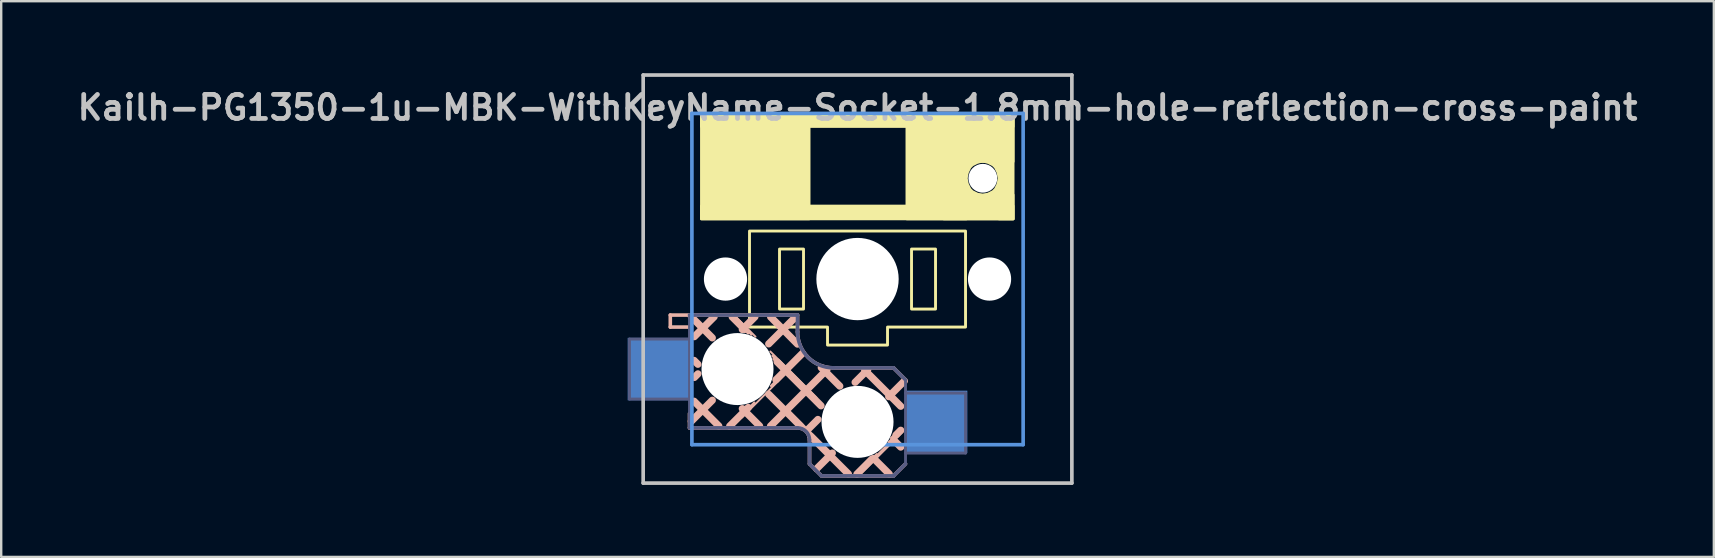
<source format=kicad_pcb>
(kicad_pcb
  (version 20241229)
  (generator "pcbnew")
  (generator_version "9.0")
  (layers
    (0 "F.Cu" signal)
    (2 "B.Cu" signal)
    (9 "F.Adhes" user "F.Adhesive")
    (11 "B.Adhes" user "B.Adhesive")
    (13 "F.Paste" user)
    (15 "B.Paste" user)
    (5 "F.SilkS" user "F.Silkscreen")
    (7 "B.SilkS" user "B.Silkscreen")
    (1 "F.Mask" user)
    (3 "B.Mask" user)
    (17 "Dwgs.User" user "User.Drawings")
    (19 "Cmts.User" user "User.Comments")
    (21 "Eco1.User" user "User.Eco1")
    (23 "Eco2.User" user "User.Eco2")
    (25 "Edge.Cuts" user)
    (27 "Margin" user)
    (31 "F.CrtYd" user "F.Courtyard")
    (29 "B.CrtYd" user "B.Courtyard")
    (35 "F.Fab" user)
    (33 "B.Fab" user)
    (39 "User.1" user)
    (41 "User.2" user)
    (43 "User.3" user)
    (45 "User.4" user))
  (footprint "Kailh-PG1350-1u-MBK-WithKeyName-Socket-1.8mm-hole-reflection-cross-paint"
    (layer "F.Cu")
    (at 32.676 8.576)
    (property "Reference" "Kailh-PG1350-1u-MBK-WithKeyName-Socket-1.8mm-hole-reflection-cross-paint" (at 0 -7.144 180) (layer "Dwgs.User") (effects (font (size 1 1) (thickness 0.2))))
    (attr through_hole)
    (fp_rect (start -3.25 -1.25) (end -2.25 1.25) (stroke (width 0.12) (type solid)) (fill no) (layer "F.SilkS"))
    (fp_rect (start 2.25 -1.25) (end 3.25 1.25) (stroke (width 0.12) (type solid)) (fill no) (layer "F.SilkS"))
    (fp_poly (pts (xy -2.01 -6.9) (xy -6.51 -6.9) (xy -6.51 -2.5) (xy -2.01 -2.5)) (stroke (width 0.1) (type solid)) (fill yes) (layer "F.SilkS"))
    (fp_poly (pts (xy 4.54 -6.9) (xy 2.05 -6.9) (xy 2.05 -2.5) (xy 4.54 -2.5)) (stroke (width 0.1) (type solid)) (fill yes) (layer "F.SilkS"))
    (fp_poly (pts (xy 6.49 -6.9) (xy -6.51 -6.9) (xy -6.51 -6.35) (xy 6.49 -6.35)) (stroke (width 0.1) (type solid)) (fill yes) (layer "F.SilkS"))
    (fp_poly (pts (xy 6.49 -6.9) (xy 3.59 -6.9) (xy 3.59 -4.89) (xy 6.49 -4.89)) (stroke (width 0.1) (type solid)) (fill yes) (layer "F.SilkS"))
    (fp_poly (pts (xy 6.49 -6.9) (xy 5.89 -6.9) (xy 5.89 -2.5) (xy 6.49 -2.5)) (stroke (width 0.1) (type solid)) (fill yes) (layer "F.SilkS"))
    (fp_poly (pts (xy 6.49 -3.51) (xy 3.59 -3.51) (xy 3.59 -2.5) (xy 6.49 -2.5)) (stroke (width 0.1) (type solid)) (fill yes) (layer "F.SilkS"))
    (fp_poly (pts (xy 6.49 -3.05) (xy -6.51 -3.05) (xy -6.51 -2.5) (xy 6.49 -2.5)) (stroke (width 0.1) (type solid)) (fill yes) (layer "F.SilkS"))
    (fp_poly (pts (xy 4.59 -4.45) (xy 4.69 -4.65) (xy 4.79 -4.75) (xy 4.99 -4.85) (xy 5.19 -4.9) (xy 4.54 -4.9) (xy 4.54 -4.25)) (stroke (width 0.1) (type solid)) (fill yes) (layer "F.SilkS"))
    (fp_poly (pts (xy 4.99 -3.55) (xy 4.79 -3.65) (xy 4.69 -3.75) (xy 4.59 -3.95) (xy 4.54 -4.15) (xy 4.54 -3.5) (xy 5.19 -3.5)) (stroke (width 0.1) (type solid)) (fill yes) (layer "F.SilkS"))
    (fp_poly (pts (xy 5.44 -4.85) (xy 5.64 -4.75) (xy 5.74 -4.65) (xy 5.84 -4.45) (xy 5.89 -4.25) (xy 5.89 -4.9) (xy 5.24 -4.9)) (stroke (width 0.1) (type solid)) (fill yes) (layer "F.SilkS"))
    (fp_poly (pts (xy 5.84 -3.95) (xy 5.74 -3.75) (xy 5.64 -3.65) (xy 5.44 -3.55) (xy 5.24 -3.5) (xy 5.89 -3.5) (xy 5.89 -4.15)) (stroke (width 0.1) (type solid)) (fill yes) (layer "F.SilkS"))
    (fp_poly (pts (xy 4.5 2) (xy 1.25 2) (xy 1.25 2.75) (xy -1.25 2.75) (xy -1.25 2) (xy -4.5 2) (xy -4.5 -2) (xy 4.5 -2)) (stroke (width 0.12) (type solid)) (fill no) (layer "F.SilkS"))
    (fp_line (start -7.8 1.5) (end -7.8 2) (stroke (width 0.15) (type solid)) (layer "B.SilkS"))
    (fp_line (start -7 2) (end -7.8 2) (stroke (width 0.15) (type solid)) (layer "B.SilkS"))
    (fp_line (start -7 5.6) (end -7 6.2) (stroke (width 0.15) (type solid)) (layer "B.SilkS"))
    (fp_line (start -7 6.2) (end -2.5 6.2) (stroke (width 0.15) (type solid)) (layer "B.SilkS"))
    (fp_line (start -6.925 5.925) (end -6.05 5.05) (stroke (width 0.3) (type solid)) (layer "B.SilkS"))
    (fp_line (start -6.8 2.4) (end -5.975 1.575) (stroke (width 0.3) (type solid)) (layer "B.SilkS"))
    (fp_line (start -6.8 4.1) (end -6.65 3.95) (stroke (width 0.3) (type solid)) (layer "B.SilkS"))
    (fp_line (start -6.65 3.55) (end -6.81 3.39) (stroke (width 0.3) (type solid)) (layer "B.SilkS"))
    (fp_line (start -6.05 2.45) (end -6.92 1.58) (stroke (width 0.3) (type solid)) (layer "B.SilkS"))
    (fp_line (start -5.78 6.12) (end -6.81 5.09) (stroke (width 0.3) (type solid)) (layer "B.SilkS"))
    (fp_line (start -5.362 6.213) (end -4.3 5.15) (stroke (width 0.1) (type solid)) (layer "B.SilkS"))
    (fp_line (start -5.325 6.125) (end -4.55 5.35) (stroke (width 0.3) (type solid)) (layer "B.SilkS"))
    (fp_line (start -4.812 5.763) (end -2.888 3.837) (stroke (width 0.08) (type solid)) (layer "B.SilkS"))
    (fp_line (start -4.8 2.1) (end -4.275 1.575) (stroke (width 0.3) (type solid)) (layer "B.SilkS"))
    (fp_line (start -4.7 2.1) (end -5.22 1.58) (stroke (width 0.3) (type solid)) (layer "B.SilkS"))
    (fp_line (start -4.56 2.26) (end -5.25 1.56) (stroke (width 0.1) (type solid)) (layer "B.SilkS"))
    (fp_line (start -4.42 2.31) (end -5.11 1.61) (stroke (width 0.1) (type solid)) (layer "B.SilkS"))
    (fp_line (start -4.25 2.4) (end -5.18 1.47) (stroke (width 0.08) (type solid)) (layer "B.SilkS"))
    (fp_line (start -4.08 6.12) (end -4.8 5.4) (stroke (width 0.3) (type solid)) (layer "B.SilkS"))
    (fp_line (start -3.7 2.7) (end -2.65 1.65) (stroke (width 0.3) (type solid)) (layer "B.SilkS"))
    (fp_line (start -3.625 6.125) (end -1.275 3.775) (stroke (width 0.3) (type solid)) (layer "B.SilkS"))
    (fp_line (start -3.6 4.45) (end -2.788 3.638) (stroke (width 0.1) (type solid)) (layer "B.SilkS"))
    (fp_line (start -3.4 4.2) (end -2.3 3.1) (stroke (width 0.3) (type solid)) (layer "B.SilkS"))
    (fp_line (start -2.728 4.013) (end -3.54 3.2) (stroke (width 0.1) (type solid)) (layer "B.SilkS"))
    (fp_line (start -2.688 4.143) (end -3.5 3.33) (stroke (width 0.1) (type solid)) (layer "B.SilkS"))
    (fp_line (start -2.5 1.5) (end -7.8 1.5) (stroke (width 0.15) (type solid)) (layer "B.SilkS"))
    (fp_line (start -2.5 2.2) (end -2.5 1.5) (stroke (width 0.15) (type solid)) (layer "B.SilkS"))
    (fp_line (start -2.5 2.71) (end -3.62 1.58) (stroke (width 0.3) (type solid)) (layer "B.SilkS"))
    (fp_line (start -2.36 6.14) (end -3.7 4.8) (stroke (width 0.3) (type solid)) (layer "B.SilkS"))
    (fp_line (start -2.075 6.275) (end -1.65 5.85) (stroke (width 0.3) (type solid)) (layer "B.SilkS"))
    (fp_line (start -2 6.7) (end -2 7.7) (stroke (width 0.15) (type solid)) (layer "B.SilkS"))
    (fp_line (start -1.708 4.942) (end -3.632 3.018) (stroke (width 0.08) (type solid)) (layer "B.SilkS"))
    (fp_line (start -1.7 7.9) (end -1.05 7.25) (stroke (width 0.3) (type solid)) (layer "B.SilkS"))
    (fp_line (start -1.52 5.28) (end -3.35 3.45) (stroke (width 0.3) (type solid)) (layer "B.SilkS"))
    (fp_line (start -1.5 8.2) (end -2 7.7) (stroke (width 0.15) (type solid)) (layer "B.SilkS"))
    (fp_line (start -1.107 7.303) (end -3.033 5.378) (stroke (width 0.08) (type solid)) (layer "B.SilkS"))
    (fp_line (start -1.058 7.282) (end -2.982 5.357) (stroke (width 0.08) (type solid)) (layer "B.SilkS"))
    (fp_line (start -0.74 4.46) (end -1.51 3.69) (stroke (width 0.3) (type solid)) (layer "B.SilkS"))
    (fp_line (start -0.38 8.12) (end -1.94 6.56) (stroke (width 0.3) (type solid)) (layer "B.SilkS"))
    (fp_line (start -0.1 4.3) (end 0.425 3.775) (stroke (width 0.3) (type solid)) (layer "B.SilkS"))
    (fp_line (start -0.025 8.125) (end 0.6 7.5) (stroke (width 0.3) (type solid)) (layer "B.SilkS"))
    (fp_line (start 0.037 8.062) (end 0.8 7.3) (stroke (width 0.1) (type solid)) (layer "B.SilkS"))
    (fp_line (start 0.037 8.162) (end 1.85 6.35) (stroke (width 0.15) (type solid)) (layer "B.SilkS"))
    (fp_line (start 1.3 4.9) (end 1.95 4.25) (stroke (width 0.3) (type solid)) (layer "B.SilkS"))
    (fp_line (start 1.3 6.8) (end 1.85 6.25) (stroke (width 0.1) (type solid)) (layer "B.SilkS"))
    (fp_line (start 1.32 8.12) (end 0.675 7.475) (stroke (width 0.3) (type solid)) (layer "B.SilkS"))
    (fp_line (start 1.5 3.7) (end -1 3.7) (stroke (width 0.15) (type solid)) (layer "B.SilkS"))
    (fp_line (start 1.5 8.2) (end -1.5 8.2) (stroke (width 0.15) (type solid)) (layer "B.SilkS"))
    (fp_line (start 1.6 6.5) (end 1.8 6.3) (stroke (width 0.3) (type solid)) (layer "B.SilkS"))
    (fp_line (start 1.66 6.35) (end 1.39 6.62) (stroke (width 0.08) (type solid)) (layer "B.SilkS"))
    (fp_line (start 1.8 5.3) (end 0.3 3.8) (stroke (width 0.3) (type solid)) (layer "B.SilkS"))
    (fp_line (start 1.8 7) (end 1.51 6.71) (stroke (width 0.3) (type solid)) (layer "B.SilkS"))
    (fp_line (start 2 4.2) (end 1.5 3.7) (stroke (width 0.15) (type solid)) (layer "B.SilkS"))
    (fp_line (start 2 7.7) (end 1.5 8.2) (stroke (width 0.15) (type solid)) (layer "B.SilkS"))
    (fp_arc (start -2.5 6.2) (mid -2.146447 6.346447) (end -2 6.7) (stroke (width 0.15) (type solid)) (layer "B.SilkS"))
    (fp_arc (start -1 3.7) (mid -2.06066 3.26066) (end -2.5 2.2) (stroke (width 0.15) (type solid)) (layer "B.SilkS"))
    (fp_line (start -8.93 -8.5) (end 8.93 -8.5) (stroke (width 0.152) (type solid)) (layer "Dwgs.User"))
    (fp_line (start -8.93 8.5) (end -8.93 -8.5) (stroke (width 0.152) (type solid)) (layer "Dwgs.User"))
    (fp_line (start 8.93 -8.5) (end 8.93 8.5) (stroke (width 0.152) (type solid)) (layer "Dwgs.User"))
    (fp_line (start 8.93 8.5) (end -8.93 8.5) (stroke (width 0.152) (type solid)) (layer "Dwgs.User"))
    (fp_line (start -6.9 -6.9) (end 6.9 -6.9) (stroke (width 0.152) (type solid)) (layer "Cmts.User"))
    (fp_line (start -6.9 6.9) (end -6.9 -6.9) (stroke (width 0.152) (type solid)) (layer "Cmts.User"))
    (fp_line (start 6.9 -6.9) (end 6.9 6.9) (stroke (width 0.152) (type solid)) (layer "Cmts.User"))
    (fp_line (start 6.9 6.9) (end -6.9 6.9) (stroke (width 0.152) (type solid)) (layer "Cmts.User"))
    (fp_line (start -7.5 -7.5) (end 7.5 -7.5) (stroke (width 0.152) (type solid)) (layer "Eco2.User"))
    (fp_line (start -7.5 7.5) (end -7.5 -7.5) (stroke (width 0.152) (type solid)) (layer "Eco2.User"))
    (fp_line (start -2.6 -3.1) (end -2.6 -6.3) (stroke (width 0.15) (type solid)) (layer "Eco2.User"))
    (fp_line (start -2.6 -3.1) (end 2.6 -3.1) (stroke (width 0.15) (type solid)) (layer "Eco2.User"))
    (fp_line (start 2.6 -6.3) (end -2.6 -6.3) (stroke (width 0.15) (type solid)) (layer "Eco2.User"))
    (fp_line (start 2.6 -3.1) (end 2.6 -6.3) (stroke (width 0.15) (type solid)) (layer "Eco2.User"))
    (fp_line (start 7.5 -7.5) (end 7.5 7.5) (stroke (width 0.152) (type solid)) (layer "Eco2.User"))
    (fp_line (start 7.5 7.5) (end -7.5 7.5) (stroke (width 0.152) (type solid)) (layer "Eco2.User"))
    (fp_line (start -9.5 2.5) (end -7 2.5) (stroke (width 0.12) (type solid)) (layer "B.Fab"))
    (fp_line (start -9.5 5) (end -9.5 2.5) (stroke (width 0.12) (type solid)) (layer "B.Fab"))
    (fp_line (start -7 1.5) (end -7 6.2) (stroke (width 0.12) (type solid)) (layer "B.Fab"))
    (fp_line (start -7 5) (end -9.5 5) (stroke (width 0.12) (type solid)) (layer "B.Fab"))
    (fp_line (start -7 6.2) (end -2.5 6.2) (stroke (width 0.15) (type solid)) (layer "B.Fab"))
    (fp_line (start -2.5 1.5) (end -7 1.5) (stroke (width 0.15) (type solid)) (layer "B.Fab"))
    (fp_line (start -2.5 2.2) (end -2.5 1.5) (stroke (width 0.15) (type solid)) (layer "B.Fab"))
    (fp_line (start -2 6.7) (end -2 7.7) (stroke (width 0.15) (type solid)) (layer "B.Fab"))
    (fp_line (start -1.5 8.2) (end -2 7.7) (stroke (width 0.15) (type solid)) (layer "B.Fab"))
    (fp_line (start 1.5 3.7) (end -1 3.7) (stroke (width 0.15) (type solid)) (layer "B.Fab"))
    (fp_line (start 1.5 8.2) (end -1.5 8.2) (stroke (width 0.15) (type solid)) (layer "B.Fab"))
    (fp_line (start 2 4.2) (end 1.5 3.7) (stroke (width 0.15) (type solid)) (layer "B.Fab"))
    (fp_line (start 2 4.25) (end 2 7.7) (stroke (width 0.12) (type solid)) (layer "B.Fab"))
    (fp_line (start 2 4.75) (end 4.5 4.75) (stroke (width 0.12) (type solid)) (layer "B.Fab"))
    (fp_line (start 2 7.7) (end 1.5 8.2) (stroke (width 0.15) (type solid)) (layer "B.Fab"))
    (fp_line (start 4.5 4.75) (end 4.5 7.25) (stroke (width 0.12) (type solid)) (layer "B.Fab"))
    (fp_line (start 4.5 7.25) (end 2 7.25) (stroke (width 0.12) (type solid)) (layer "B.Fab"))
    (fp_arc (start -2.5 6.2) (mid -2.146447 6.346447) (end -2 6.7) (stroke (width 0.15) (type solid)) (layer "B.Fab"))
    (fp_arc (start -1 3.7) (mid -2.06066 3.26066) (end -2.5 2.2) (stroke (width 0.15) (type solid)) (layer "B.Fab"))
    (pad "" np_thru_hole circle (at -5.5 0 180) (size 1.8 1.8) (drill 1.8) (layers "*.Cu" "*.Mask"))
    (pad "" np_thru_hole circle (at -5 3.75) (size 3 3) (drill 3) (layers "*.Cu" "*.Mask"))
    (pad "" np_thru_hole circle (at 0 0) (size 3.429 3.429) (drill 3.429) (layers "*.Cu" "*.Mask"))
    (pad "" np_thru_hole circle (at 0 5.95) (size 3 3) (drill 3) (layers "*.Cu" "*.Mask"))
    (pad "" np_thru_hole circle (at 5.22 -4.2 180) (size 1.2 1.2) (drill 1.2) (layers "*.Cu" "*.Mask"))
    (pad "" np_thru_hole circle (at 5.5 0 180) (size 1.8 1.8) (drill 1.8) (layers "*.Cu" "*.Mask"))
    (pad "1" smd rect (at 3.275 5.95) (size 2.6 2.6) (layers "B.Cu" "B.Mask" "B.Paste"))
    (pad "2" smd rect (at -8.275 3.75) (size 2.6 2.6) (layers "B.Cu" "B.Mask" "B.Paste")))
  (gr_rect
    (start -3 -3)
    (end 68.352 20.152)
    (stroke (width 0.1) (type default))
    (fill no)
    (layer "Edge.Cuts")))
</source>
